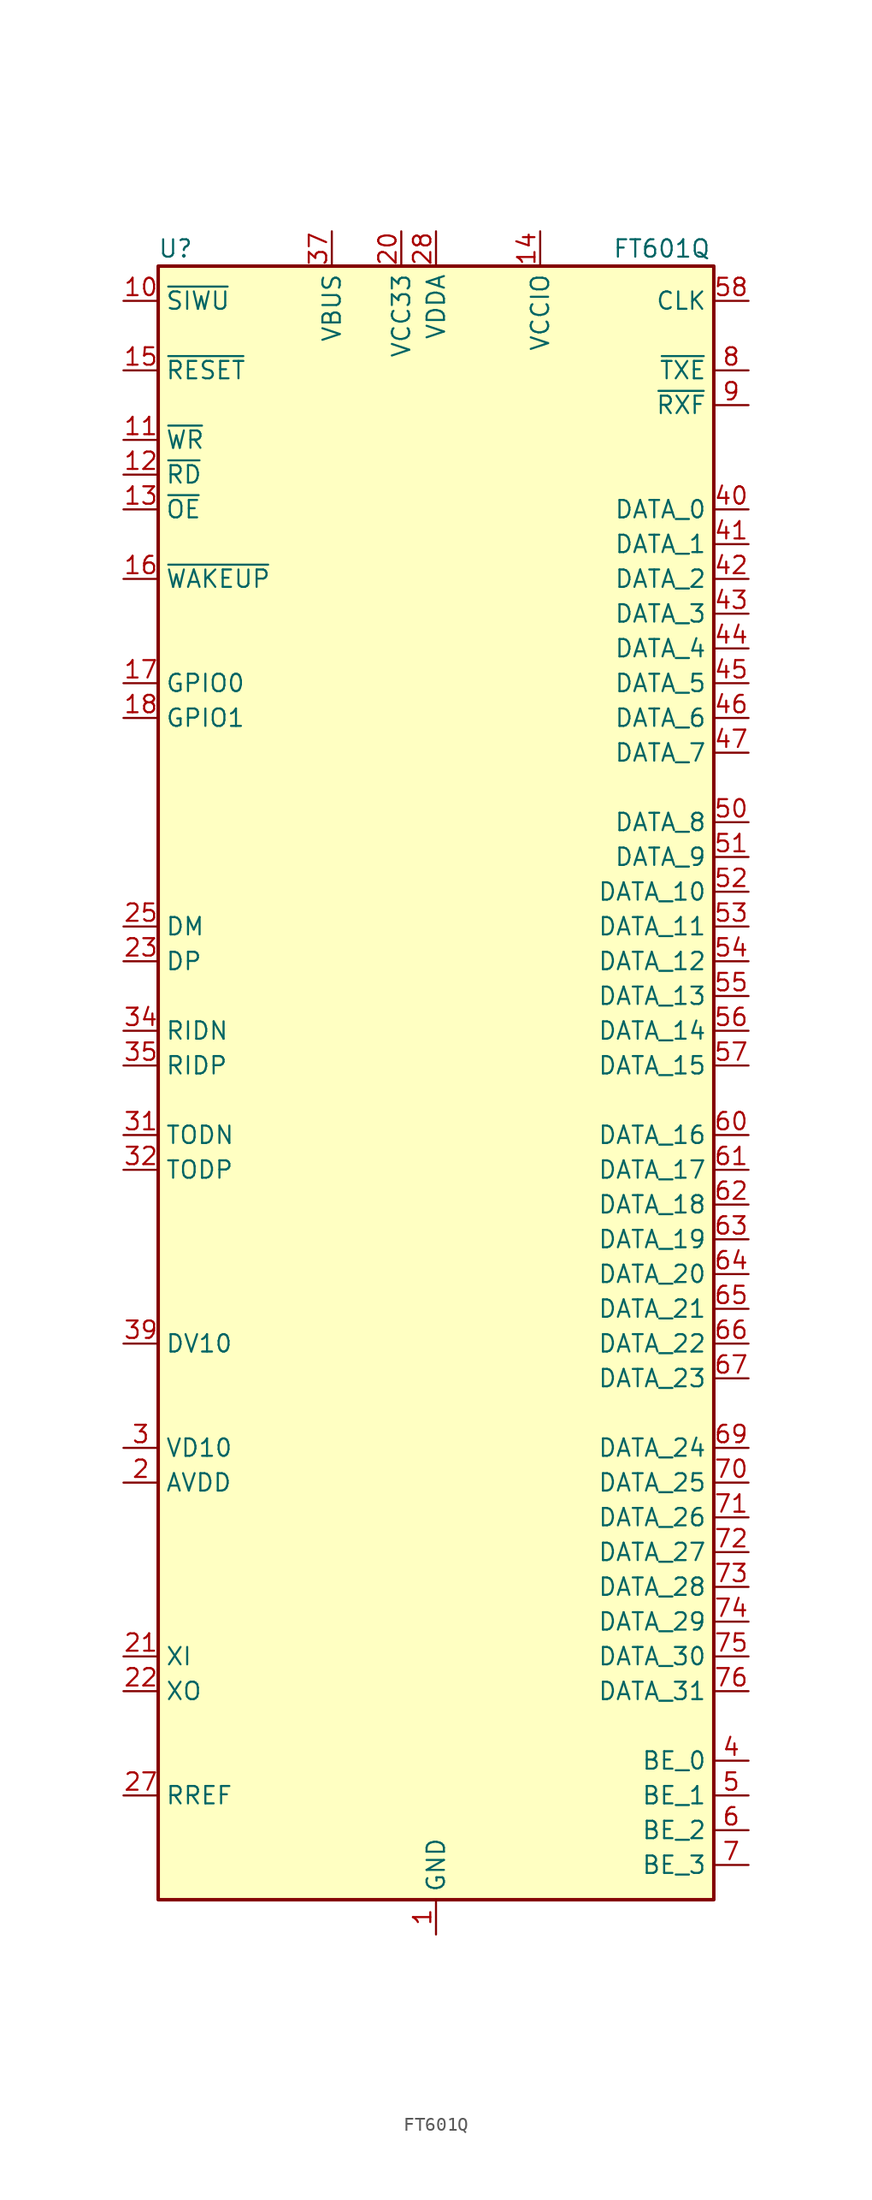
<source format=kicad_sym>
(kicad_symbol_lib
  (version 20241209)
  (generator "kicad_symbol_editor")
  (generator_version "9.0")
  (symbol "FT601Q"
    (property "Reference" "U"
      (at -19.05 62.23 0)
      (effects (font (size 1.27 1.27))))
    (property "Value" "FT601Q"
      (at 16.51 62.23 0)
      (effects (font (size 1.27 1.27))))
    (symbol "FT601Q_0_1"
      (rectangle (start -20.32 60.96) (end 20.32 -58.42) (stroke (width 0.254) (type default)) (fill (type background))))
    (symbol "FT601Q_1_1"
      (pin input line (at -22.86 58.42 0) (length 2.54) (name "~{SIWU}" (effects (font (size 1.27 1.27)))) (number "10" (effects (font (size 1.27 1.27)))))
      (pin input line (at -22.86 53.34 0) (length 2.54) (name "~{RESET}" (effects (font (size 1.27 1.27)))) (number "15" (effects (font (size 1.27 1.27)))))
      (pin input line (at -22.86 48.26 0) (length 2.54) (name "~{WR}" (effects (font (size 1.27 1.27)))) (number "11" (effects (font (size 1.27 1.27)))))
      (pin input line (at -22.86 45.72 0) (length 2.54) (name "~{RD}" (effects (font (size 1.27 1.27)))) (number "12" (effects (font (size 1.27 1.27)))))
      (pin input line (at -22.86 43.18 0) (length 2.54) (name "~{OE}" (effects (font (size 1.27 1.27)))) (number "13" (effects (font (size 1.27 1.27)))))
      (pin bidirectional line (at -22.86 38.1 0) (length 2.54) (name "~{WAKEUP}" (effects (font (size 1.27 1.27)))) (number "16" (effects (font (size 1.27 1.27)))))
      (pin bidirectional line (at -22.86 30.48 0) (length 2.54) (name "GPIO0" (effects (font (size 1.27 1.27)))) (number "17" (effects (font (size 1.27 1.27)))))
      (pin bidirectional line (at -22.86 27.94 0) (length 2.54) (name "GPIO1" (effects (font (size 1.27 1.27)))) (number "18" (effects (font (size 1.27 1.27)))))
      (pin bidirectional line (at -22.86 12.7 0) (length 2.54) (name "DM" (effects (font (size 1.27 1.27)))) (number "25" (effects (font (size 1.27 1.27)))))
      (pin bidirectional line (at -22.86 10.16 0) (length 2.54) (name "DP" (effects (font (size 1.27 1.27)))) (number "23" (effects (font (size 1.27 1.27)))))
      (pin input line (at -22.86 5.08 0) (length 2.54) (name "RIDN" (effects (font (size 1.27 1.27)))) (number "34" (effects (font (size 1.27 1.27)))))
      (pin input line (at -22.86 2.54 0) (length 2.54) (name "RIDP" (effects (font (size 1.27 1.27)))) (number "35" (effects (font (size 1.27 1.27)))))
      (pin output line (at -22.86 -2.54 0) (length 2.54) (name "TODN" (effects (font (size 1.27 1.27)))) (number "31" (effects (font (size 1.27 1.27)))))
      (pin output line (at -22.86 -5.08 0) (length 2.54) (name "TODP" (effects (font (size 1.27 1.27)))) (number "32" (effects (font (size 1.27 1.27)))))
      (pin power_out line (at -22.86 -17.78 0) (length 2.54) (name "DV10" (effects (font (size 1.27 1.27)))) (number "39" (effects (font (size 1.27 1.27)))))
      (pin power_in line (at -22.86 -25.4 0) (length 2.54) (name "VD10" (effects (font (size 1.27 1.27)))) (number "3" (effects (font (size 1.27 1.27)))))
      (pin passive line (at -22.86 -25.4 0) (length 2.54) (hide yes) (name "VD10" (effects (font (size 1.27 1.27)))) (number "30" (effects (font (size 1.27 1.27)))))
      (pin passive line (at -22.86 -25.4 0) (length 2.54) (hide yes) (name "VD10" (effects (font (size 1.27 1.27)))) (number "33" (effects (font (size 1.27 1.27)))))
      (pin passive line (at -22.86 -25.4 0) (length 2.54) (hide yes) (name "VD10" (effects (font (size 1.27 1.27)))) (number "48" (effects (font (size 1.27 1.27)))))
      (pin power_in line (at -22.86 -27.94 0) (length 2.54) (name "AVDD" (effects (font (size 1.27 1.27)))) (number "2" (effects (font (size 1.27 1.27)))))
      (pin input line (at -22.86 -40.64 0) (length 2.54) (name "XI" (effects (font (size 1.27 1.27)))) (number "21" (effects (font (size 1.27 1.27)))))
      (pin output line (at -22.86 -43.18 0) (length 2.54) (name "XO" (effects (font (size 1.27 1.27)))) (number "22" (effects (font (size 1.27 1.27)))))
      (pin input line (at -22.86 -50.8 0) (length 2.54) (name "RREF" (effects (font (size 1.27 1.27)))) (number "27" (effects (font (size 1.27 1.27)))))
      (pin no_connect line (at -20.32 -48.26 0) (length 2.54) (hide yes) (name "Reserved" (effects (font (size 1.27 1.27)))) (number "19" (effects (font (size 1.27 1.27)))))
      (pin power_in line (at -7.62 63.5 270) (length 2.54) (name "VBUS" (effects (font (size 1.27 1.27)))) (number "37" (effects (font (size 1.27 1.27)))))
      (pin power_in line (at -2.54 63.5 270) (length 2.54) (name "VCC33" (effects (font (size 1.27 1.27)))) (number "20" (effects (font (size 1.27 1.27)))))
      (pin passive line (at -2.54 63.5 270) (length 2.54) (hide yes) (name "VCC33" (effects (font (size 1.27 1.27)))) (number "24" (effects (font (size 1.27 1.27)))))
      (pin passive line (at -2.54 63.5 270) (length 2.54) (hide yes) (name "VCC33" (effects (font (size 1.27 1.27)))) (number "38" (effects (font (size 1.27 1.27)))))
      (pin power_in line (at 0 63.5 270) (length 2.54) (name "VDDA" (effects (font (size 1.27 1.27)))) (number "28" (effects (font (size 1.27 1.27)))))
      (pin power_in line (at 0 -60.96 90) (length 2.54) (name "GND" (effects (font (size 1.27 1.27)))) (number "1" (effects (font (size 1.27 1.27)))))
      (pin passive line (at 0 -60.96 90) (length 2.54) (hide yes) (name "GND" (effects (font (size 1.27 1.27)))) (number "26" (effects (font (size 1.27 1.27)))))
      (pin passive line (at 0 -60.96 90) (length 2.54) (hide yes) (name "GND" (effects (font (size 1.27 1.27)))) (number "29" (effects (font (size 1.27 1.27)))))
      (pin passive line (at 0 -60.96 90) (length 2.54) (hide yes) (name "GND" (effects (font (size 1.27 1.27)))) (number "36" (effects (font (size 1.27 1.27)))))
      (pin passive line (at 0 -60.96 90) (length 2.54) (hide yes) (name "GND" (effects (font (size 1.27 1.27)))) (number "77" (effects (font (size 1.27 1.27)))))
      (pin power_in line (at 7.62 63.5 270) (length 2.54) (name "VCCIO" (effects (font (size 1.27 1.27)))) (number "14" (effects (font (size 1.27 1.27)))))
      (pin passive line (at 7.62 63.5 270) (length 2.54) (hide yes) (name "VCCIO" (effects (font (size 1.27 1.27)))) (number "49" (effects (font (size 1.27 1.27)))))
      (pin passive line (at 7.62 63.5 270) (length 2.54) (hide yes) (name "VCCIO" (effects (font (size 1.27 1.27)))) (number "59" (effects (font (size 1.27 1.27)))))
      (pin passive line (at 7.62 63.5 270) (length 2.54) (hide yes) (name "VCCIO" (effects (font (size 1.27 1.27)))) (number "68" (effects (font (size 1.27 1.27)))))
      (pin output line (at 22.86 58.42 180) (length 2.54) (name "CLK" (effects (font (size 1.27 1.27)))) (number "58" (effects (font (size 1.27 1.27)))))
      (pin output line (at 22.86 53.34 180) (length 2.54) (name "~{TXE}" (effects (font (size 1.27 1.27)))) (number "8" (effects (font (size 1.27 1.27)))))
      (pin output line (at 22.86 50.8 180) (length 2.54) (name "~{RXF}" (effects (font (size 1.27 1.27)))) (number "9" (effects (font (size 1.27 1.27)))))
      (pin bidirectional line (at 22.86 43.18 180) (length 2.54) (name "DATA_0" (effects (font (size 1.27 1.27)))) (number "40" (effects (font (size 1.27 1.27)))))
      (pin bidirectional line (at 22.86 40.64 180) (length 2.54) (name "DATA_1" (effects (font (size 1.27 1.27)))) (number "41" (effects (font (size 1.27 1.27)))))
      (pin bidirectional line (at 22.86 38.1 180) (length 2.54) (name "DATA_2" (effects (font (size 1.27 1.27)))) (number "42" (effects (font (size 1.27 1.27)))))
      (pin bidirectional line (at 22.86 35.56 180) (length 2.54) (name "DATA_3" (effects (font (size 1.27 1.27)))) (number "43" (effects (font (size 1.27 1.27)))))
      (pin bidirectional line (at 22.86 33.02 180) (length 2.54) (name "DATA_4" (effects (font (size 1.27 1.27)))) (number "44" (effects (font (size 1.27 1.27)))))
      (pin bidirectional line (at 22.86 30.48 180) (length 2.54) (name "DATA_5" (effects (font (size 1.27 1.27)))) (number "45" (effects (font (size 1.27 1.27)))))
      (pin bidirectional line (at 22.86 27.94 180) (length 2.54) (name "DATA_6" (effects (font (size 1.27 1.27)))) (number "46" (effects (font (size 1.27 1.27)))))
      (pin bidirectional line (at 22.86 25.4 180) (length 2.54) (name "DATA_7" (effects (font (size 1.27 1.27)))) (number "47" (effects (font (size 1.27 1.27)))))
      (pin bidirectional line (at 22.86 20.32 180) (length 2.54) (name "DATA_8" (effects (font (size 1.27 1.27)))) (number "50" (effects (font (size 1.27 1.27)))))
      (pin bidirectional line (at 22.86 17.78 180) (length 2.54) (name "DATA_9" (effects (font (size 1.27 1.27)))) (number "51" (effects (font (size 1.27 1.27)))))
      (pin bidirectional line (at 22.86 15.24 180) (length 2.54) (name "DATA_10" (effects (font (size 1.27 1.27)))) (number "52" (effects (font (size 1.27 1.27)))))
      (pin bidirectional line (at 22.86 12.7 180) (length 2.54) (name "DATA_11" (effects (font (size 1.27 1.27)))) (number "53" (effects (font (size 1.27 1.27)))))
      (pin bidirectional line (at 22.86 10.16 180) (length 2.54) (name "DATA_12" (effects (font (size 1.27 1.27)))) (number "54" (effects (font (size 1.27 1.27)))))
      (pin bidirectional line (at 22.86 7.62 180) (length 2.54) (name "DATA_13" (effects (font (size 1.27 1.27)))) (number "55" (effects (font (size 1.27 1.27)))))
      (pin bidirectional line (at 22.86 5.08 180) (length 2.54) (name "DATA_14" (effects (font (size 1.27 1.27)))) (number "56" (effects (font (size 1.27 1.27)))))
      (pin bidirectional line (at 22.86 2.54 180) (length 2.54) (name "DATA_15" (effects (font (size 1.27 1.27)))) (number "57" (effects (font (size 1.27 1.27)))))
      (pin bidirectional line (at 22.86 -2.54 180) (length 2.54) (name "DATA_16" (effects (font (size 1.27 1.27)))) (number "60" (effects (font (size 1.27 1.27)))))
      (pin bidirectional line (at 22.86 -5.08 180) (length 2.54) (name "DATA_17" (effects (font (size 1.27 1.27)))) (number "61" (effects (font (size 1.27 1.27)))))
      (pin bidirectional line (at 22.86 -7.62 180) (length 2.54) (name "DATA_18" (effects (font (size 1.27 1.27)))) (number "62" (effects (font (size 1.27 1.27)))))
      (pin bidirectional line (at 22.86 -10.16 180) (length 2.54) (name "DATA_19" (effects (font (size 1.27 1.27)))) (number "63" (effects (font (size 1.27 1.27)))))
      (pin bidirectional line (at 22.86 -12.7 180) (length 2.54) (name "DATA_20" (effects (font (size 1.27 1.27)))) (number "64" (effects (font (size 1.27 1.27)))))
      (pin bidirectional line (at 22.86 -15.24 180) (length 2.54) (name "DATA_21" (effects (font (size 1.27 1.27)))) (number "65" (effects (font (size 1.27 1.27)))))
      (pin bidirectional line (at 22.86 -17.78 180) (length 2.54) (name "DATA_22" (effects (font (size 1.27 1.27)))) (number "66" (effects (font (size 1.27 1.27)))))
      (pin bidirectional line (at 22.86 -20.32 180) (length 2.54) (name "DATA_23" (effects (font (size 1.27 1.27)))) (number "67" (effects (font (size 1.27 1.27)))))
      (pin bidirectional line (at 22.86 -25.4 180) (length 2.54) (name "DATA_24" (effects (font (size 1.27 1.27)))) (number "69" (effects (font (size 1.27 1.27)))))
      (pin bidirectional line (at 22.86 -27.94 180) (length 2.54) (name "DATA_25" (effects (font (size 1.27 1.27)))) (number "70" (effects (font (size 1.27 1.27)))))
      (pin bidirectional line (at 22.86 -30.48 180) (length 2.54) (name "DATA_26" (effects (font (size 1.27 1.27)))) (number "71" (effects (font (size 1.27 1.27)))))
      (pin bidirectional line (at 22.86 -33.02 180) (length 2.54) (name "DATA_27" (effects (font (size 1.27 1.27)))) (number "72" (effects (font (size 1.27 1.27)))))
      (pin bidirectional line (at 22.86 -35.56 180) (length 2.54) (name "DATA_28" (effects (font (size 1.27 1.27)))) (number "73" (effects (font (size 1.27 1.27)))))
      (pin bidirectional line (at 22.86 -38.1 180) (length 2.54) (name "DATA_29" (effects (font (size 1.27 1.27)))) (number "74" (effects (font (size 1.27 1.27)))))
      (pin bidirectional line (at 22.86 -40.64 180) (length 2.54) (name "DATA_30" (effects (font (size 1.27 1.27)))) (number "75" (effects (font (size 1.27 1.27)))))
      (pin bidirectional line (at 22.86 -43.18 180) (length 2.54) (name "DATA_31" (effects (font (size 1.27 1.27)))) (number "76" (effects (font (size 1.27 1.27)))))
      (pin bidirectional line (at 22.86 -48.26 180) (length 2.54) (name "BE_0" (effects (font (size 1.27 1.27)))) (number "4" (effects (font (size 1.27 1.27)))))
      (pin bidirectional line (at 22.86 -50.8 180) (length 2.54) (name "BE_1" (effects (font (size 1.27 1.27)))) (number "5" (effects (font (size 1.27 1.27)))))
      (pin bidirectional line (at 22.86 -53.34 180) (length 2.54) (name "BE_2" (effects (font (size 1.27 1.27)))) (number "6" (effects (font (size 1.27 1.27)))))
      (pin bidirectional line (at 22.86 -55.88 180) (length 2.54) (name "BE_3" (effects (font (size 1.27 1.27)))) (number "7" (effects (font (size 1.27 1.27))))))))
</source>
